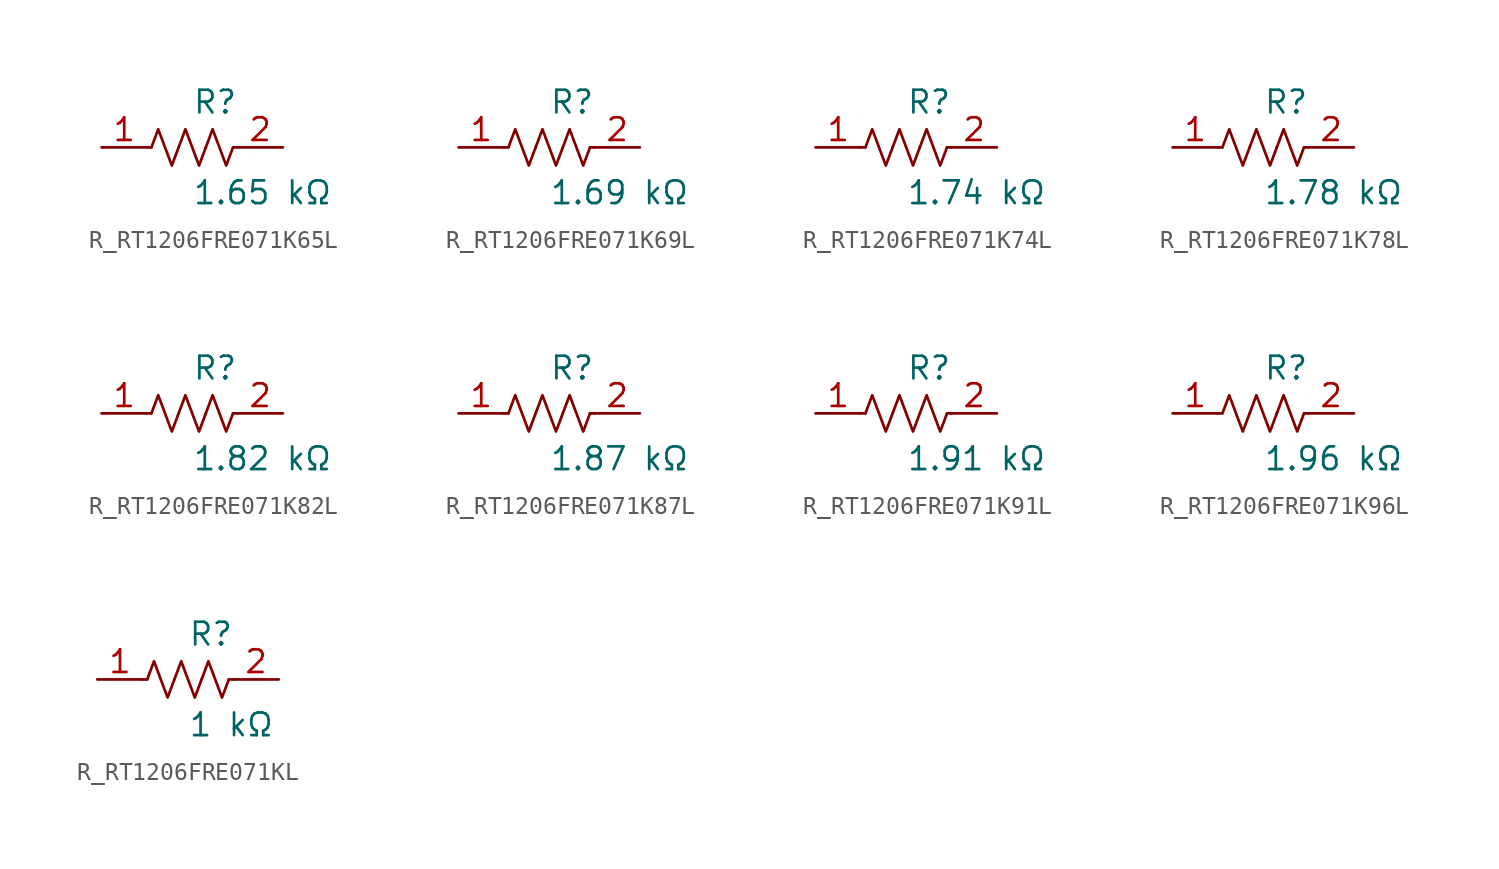
<source format=kicad_sym>
(kicad_symbol_lib
  (version 20231120)
  (generator kicad_symbol_editor)
  (generator_version 8.0)
  (symbol "R_RT1206FRE071K65L"
    (pin_names
      (offset 0.254))
    (property "Reference" "R"
      (at 0 2.54 0)
      (effects (font (size 1.27 1.27)) (justify left)))
    (property "Value" "1.65 kΩ"
      (at 0 -2.54 0)
      (effects (font (size 1.27 1.27)) (justify left)))
    (symbol "R_RT1206FRE071K65L_0_1"
      (polyline (pts (xy 2.286 0) (xy 2.54 0)) (stroke (width 0) (type default)) (fill (type none)))
      (polyline (pts (xy -2.286 0) (xy -2.54 0)) (stroke (width 0) (type default)) (fill (type none)))
      (polyline (pts (xy 0.762 0) (xy 1.143 1.016) (xy 1.524 0) (xy 1.905 -1.016) (xy 2.286 0)) (stroke (width 0) (type default)) (fill (type none)))
      (polyline (pts (xy -0.762 0) (xy -0.381 1.016) (xy 0 0) (xy 0.381 -1.016) (xy 0.762 0)) (stroke (width 0) (type default)) (fill (type none)))
      (polyline (pts (xy -2.286 0) (xy -1.905 1.016) (xy -1.524 0) (xy -1.143 -1.016) (xy -0.762 0)) (stroke (width 0) (type default)) (fill (type none))))
    (pin unspecified line
      (at -5.08 0 0)
      (length 2.54)
      (name "" (effects (font (size 1.27 1.27))))
      (number "1" (effects (font (size 1.27 1.27)))))
    (pin unspecified line
      (at 5.08 0 180)
      (length 2.54)
      (name "" (effects (font (size 1.27 1.27))))
      (number "2" (effects (font (size 1.27 1.27))))))
  (symbol "R_RT1206FRE071K69L"
    (pin_names
      (offset 0.254))
    (property "Reference" "R"
      (at 0 2.54 0)
      (effects (font (size 1.27 1.27)) (justify left)))
    (property "Value" "1.69 kΩ"
      (at 0 -2.54 0)
      (effects (font (size 1.27 1.27)) (justify left)))
    (symbol "R_RT1206FRE071K69L_0_1"
      (polyline (pts (xy 2.286 0) (xy 2.54 0)) (stroke (width 0) (type default)) (fill (type none)))
      (polyline (pts (xy -2.286 0) (xy -2.54 0)) (stroke (width 0) (type default)) (fill (type none)))
      (polyline (pts (xy 0.762 0) (xy 1.143 1.016) (xy 1.524 0) (xy 1.905 -1.016) (xy 2.286 0)) (stroke (width 0) (type default)) (fill (type none)))
      (polyline (pts (xy -0.762 0) (xy -0.381 1.016) (xy 0 0) (xy 0.381 -1.016) (xy 0.762 0)) (stroke (width 0) (type default)) (fill (type none)))
      (polyline (pts (xy -2.286 0) (xy -1.905 1.016) (xy -1.524 0) (xy -1.143 -1.016) (xy -0.762 0)) (stroke (width 0) (type default)) (fill (type none))))
    (pin unspecified line
      (at -5.08 0 0)
      (length 2.54)
      (name "" (effects (font (size 1.27 1.27))))
      (number "1" (effects (font (size 1.27 1.27)))))
    (pin unspecified line
      (at 5.08 0 180)
      (length 2.54)
      (name "" (effects (font (size 1.27 1.27))))
      (number "2" (effects (font (size 1.27 1.27))))))
  (symbol "R_RT1206FRE071K74L"
    (pin_names
      (offset 0.254))
    (property "Reference" "R"
      (at 0 2.54 0)
      (effects (font (size 1.27 1.27)) (justify left)))
    (property "Value" "1.74 kΩ"
      (at 0 -2.54 0)
      (effects (font (size 1.27 1.27)) (justify left)))
    (symbol "R_RT1206FRE071K74L_0_1"
      (polyline (pts (xy 2.286 0) (xy 2.54 0)) (stroke (width 0) (type default)) (fill (type none)))
      (polyline (pts (xy -2.286 0) (xy -2.54 0)) (stroke (width 0) (type default)) (fill (type none)))
      (polyline (pts (xy 0.762 0) (xy 1.143 1.016) (xy 1.524 0) (xy 1.905 -1.016) (xy 2.286 0)) (stroke (width 0) (type default)) (fill (type none)))
      (polyline (pts (xy -0.762 0) (xy -0.381 1.016) (xy 0 0) (xy 0.381 -1.016) (xy 0.762 0)) (stroke (width 0) (type default)) (fill (type none)))
      (polyline (pts (xy -2.286 0) (xy -1.905 1.016) (xy -1.524 0) (xy -1.143 -1.016) (xy -0.762 0)) (stroke (width 0) (type default)) (fill (type none))))
    (pin unspecified line
      (at -5.08 0 0)
      (length 2.54)
      (name "" (effects (font (size 1.27 1.27))))
      (number "1" (effects (font (size 1.27 1.27)))))
    (pin unspecified line
      (at 5.08 0 180)
      (length 2.54)
      (name "" (effects (font (size 1.27 1.27))))
      (number "2" (effects (font (size 1.27 1.27))))))
  (symbol "R_RT1206FRE071K78L"
    (pin_names
      (offset 0.254))
    (property "Reference" "R"
      (at 0 2.54 0)
      (effects (font (size 1.27 1.27)) (justify left)))
    (property "Value" "1.78 kΩ"
      (at 0 -2.54 0)
      (effects (font (size 1.27 1.27)) (justify left)))
    (symbol "R_RT1206FRE071K78L_0_1"
      (polyline (pts (xy 2.286 0) (xy 2.54 0)) (stroke (width 0) (type default)) (fill (type none)))
      (polyline (pts (xy -2.286 0) (xy -2.54 0)) (stroke (width 0) (type default)) (fill (type none)))
      (polyline (pts (xy 0.762 0) (xy 1.143 1.016) (xy 1.524 0) (xy 1.905 -1.016) (xy 2.286 0)) (stroke (width 0) (type default)) (fill (type none)))
      (polyline (pts (xy -0.762 0) (xy -0.381 1.016) (xy 0 0) (xy 0.381 -1.016) (xy 0.762 0)) (stroke (width 0) (type default)) (fill (type none)))
      (polyline (pts (xy -2.286 0) (xy -1.905 1.016) (xy -1.524 0) (xy -1.143 -1.016) (xy -0.762 0)) (stroke (width 0) (type default)) (fill (type none))))
    (pin unspecified line
      (at -5.08 0 0)
      (length 2.54)
      (name "" (effects (font (size 1.27 1.27))))
      (number "1" (effects (font (size 1.27 1.27)))))
    (pin unspecified line
      (at 5.08 0 180)
      (length 2.54)
      (name "" (effects (font (size 1.27 1.27))))
      (number "2" (effects (font (size 1.27 1.27))))))
  (symbol "R_RT1206FRE071K82L"
    (pin_names
      (offset 0.254))
    (property "Reference" "R"
      (at 0 2.54 0)
      (effects (font (size 1.27 1.27)) (justify left)))
    (property "Value" "1.82 kΩ"
      (at 0 -2.54 0)
      (effects (font (size 1.27 1.27)) (justify left)))
    (symbol "R_RT1206FRE071K82L_0_1"
      (polyline (pts (xy 2.286 0) (xy 2.54 0)) (stroke (width 0) (type default)) (fill (type none)))
      (polyline (pts (xy -2.286 0) (xy -2.54 0)) (stroke (width 0) (type default)) (fill (type none)))
      (polyline (pts (xy 0.762 0) (xy 1.143 1.016) (xy 1.524 0) (xy 1.905 -1.016) (xy 2.286 0)) (stroke (width 0) (type default)) (fill (type none)))
      (polyline (pts (xy -0.762 0) (xy -0.381 1.016) (xy 0 0) (xy 0.381 -1.016) (xy 0.762 0)) (stroke (width 0) (type default)) (fill (type none)))
      (polyline (pts (xy -2.286 0) (xy -1.905 1.016) (xy -1.524 0) (xy -1.143 -1.016) (xy -0.762 0)) (stroke (width 0) (type default)) (fill (type none))))
    (pin unspecified line
      (at -5.08 0 0)
      (length 2.54)
      (name "" (effects (font (size 1.27 1.27))))
      (number "1" (effects (font (size 1.27 1.27)))))
    (pin unspecified line
      (at 5.08 0 180)
      (length 2.54)
      (name "" (effects (font (size 1.27 1.27))))
      (number "2" (effects (font (size 1.27 1.27))))))
  (symbol "R_RT1206FRE071K87L"
    (pin_names
      (offset 0.254))
    (property "Reference" "R"
      (at 0 2.54 0)
      (effects (font (size 1.27 1.27)) (justify left)))
    (property "Value" "1.87 kΩ"
      (at 0 -2.54 0)
      (effects (font (size 1.27 1.27)) (justify left)))
    (symbol "R_RT1206FRE071K87L_0_1"
      (polyline (pts (xy 2.286 0) (xy 2.54 0)) (stroke (width 0) (type default)) (fill (type none)))
      (polyline (pts (xy -2.286 0) (xy -2.54 0)) (stroke (width 0) (type default)) (fill (type none)))
      (polyline (pts (xy 0.762 0) (xy 1.143 1.016) (xy 1.524 0) (xy 1.905 -1.016) (xy 2.286 0)) (stroke (width 0) (type default)) (fill (type none)))
      (polyline (pts (xy -0.762 0) (xy -0.381 1.016) (xy 0 0) (xy 0.381 -1.016) (xy 0.762 0)) (stroke (width 0) (type default)) (fill (type none)))
      (polyline (pts (xy -2.286 0) (xy -1.905 1.016) (xy -1.524 0) (xy -1.143 -1.016) (xy -0.762 0)) (stroke (width 0) (type default)) (fill (type none))))
    (pin unspecified line
      (at -5.08 0 0)
      (length 2.54)
      (name "" (effects (font (size 1.27 1.27))))
      (number "1" (effects (font (size 1.27 1.27)))))
    (pin unspecified line
      (at 5.08 0 180)
      (length 2.54)
      (name "" (effects (font (size 1.27 1.27))))
      (number "2" (effects (font (size 1.27 1.27))))))
  (symbol "R_RT1206FRE071K91L"
    (pin_names
      (offset 0.254))
    (property "Reference" "R"
      (at 0 2.54 0)
      (effects (font (size 1.27 1.27)) (justify left)))
    (property "Value" "1.91 kΩ"
      (at 0 -2.54 0)
      (effects (font (size 1.27 1.27)) (justify left)))
    (symbol "R_RT1206FRE071K91L_0_1"
      (polyline (pts (xy 2.286 0) (xy 2.54 0)) (stroke (width 0) (type default)) (fill (type none)))
      (polyline (pts (xy -2.286 0) (xy -2.54 0)) (stroke (width 0) (type default)) (fill (type none)))
      (polyline (pts (xy 0.762 0) (xy 1.143 1.016) (xy 1.524 0) (xy 1.905 -1.016) (xy 2.286 0)) (stroke (width 0) (type default)) (fill (type none)))
      (polyline (pts (xy -0.762 0) (xy -0.381 1.016) (xy 0 0) (xy 0.381 -1.016) (xy 0.762 0)) (stroke (width 0) (type default)) (fill (type none)))
      (polyline (pts (xy -2.286 0) (xy -1.905 1.016) (xy -1.524 0) (xy -1.143 -1.016) (xy -0.762 0)) (stroke (width 0) (type default)) (fill (type none))))
    (pin unspecified line
      (at -5.08 0 0)
      (length 2.54)
      (name "" (effects (font (size 1.27 1.27))))
      (number "1" (effects (font (size 1.27 1.27)))))
    (pin unspecified line
      (at 5.08 0 180)
      (length 2.54)
      (name "" (effects (font (size 1.27 1.27))))
      (number "2" (effects (font (size 1.27 1.27))))))
  (symbol "R_RT1206FRE071K96L"
    (pin_names
      (offset 0.254))
    (property "Reference" "R"
      (at 0 2.54 0)
      (effects (font (size 1.27 1.27)) (justify left)))
    (property "Value" "1.96 kΩ"
      (at 0 -2.54 0)
      (effects (font (size 1.27 1.27)) (justify left)))
    (symbol "R_RT1206FRE071K96L_0_1"
      (polyline (pts (xy 2.286 0) (xy 2.54 0)) (stroke (width 0) (type default)) (fill (type none)))
      (polyline (pts (xy -2.286 0) (xy -2.54 0)) (stroke (width 0) (type default)) (fill (type none)))
      (polyline (pts (xy 0.762 0) (xy 1.143 1.016) (xy 1.524 0) (xy 1.905 -1.016) (xy 2.286 0)) (stroke (width 0) (type default)) (fill (type none)))
      (polyline (pts (xy -0.762 0) (xy -0.381 1.016) (xy 0 0) (xy 0.381 -1.016) (xy 0.762 0)) (stroke (width 0) (type default)) (fill (type none)))
      (polyline (pts (xy -2.286 0) (xy -1.905 1.016) (xy -1.524 0) (xy -1.143 -1.016) (xy -0.762 0)) (stroke (width 0) (type default)) (fill (type none))))
    (pin unspecified line
      (at -5.08 0 0)
      (length 2.54)
      (name "" (effects (font (size 1.27 1.27))))
      (number "1" (effects (font (size 1.27 1.27)))))
    (pin unspecified line
      (at 5.08 0 180)
      (length 2.54)
      (name "" (effects (font (size 1.27 1.27))))
      (number "2" (effects (font (size 1.27 1.27))))))
  (symbol "R_RT1206FRE071KL"
    (pin_names
      (offset 0.254))
    (property "Reference" "R"
      (at 0 2.54 0)
      (effects (font (size 1.27 1.27)) (justify left)))
    (property "Value" "1 kΩ"
      (at 0 -2.54 0)
      (effects (font (size 1.27 1.27)) (justify left)))
    (symbol "R_RT1206FRE071KL_0_1"
      (polyline (pts (xy 2.286 0) (xy 2.54 0)) (stroke (width 0) (type default)) (fill (type none)))
      (polyline (pts (xy -2.286 0) (xy -2.54 0)) (stroke (width 0) (type default)) (fill (type none)))
      (polyline (pts (xy 0.762 0) (xy 1.143 1.016) (xy 1.524 0) (xy 1.905 -1.016) (xy 2.286 0)) (stroke (width 0) (type default)) (fill (type none)))
      (polyline (pts (xy -0.762 0) (xy -0.381 1.016) (xy 0 0) (xy 0.381 -1.016) (xy 0.762 0)) (stroke (width 0) (type default)) (fill (type none)))
      (polyline (pts (xy -2.286 0) (xy -1.905 1.016) (xy -1.524 0) (xy -1.143 -1.016) (xy -0.762 0)) (stroke (width 0) (type default)) (fill (type none))))
    (pin unspecified line
      (at -5.08 0 0)
      (length 2.54)
      (name "" (effects (font (size 1.27 1.27))))
      (number "1" (effects (font (size 1.27 1.27)))))
    (pin unspecified line
      (at 5.08 0 180)
      (length 2.54)
      (name "" (effects (font (size 1.27 1.27))))
      (number "2" (effects (font (size 1.27 1.27)))))))
</source>
